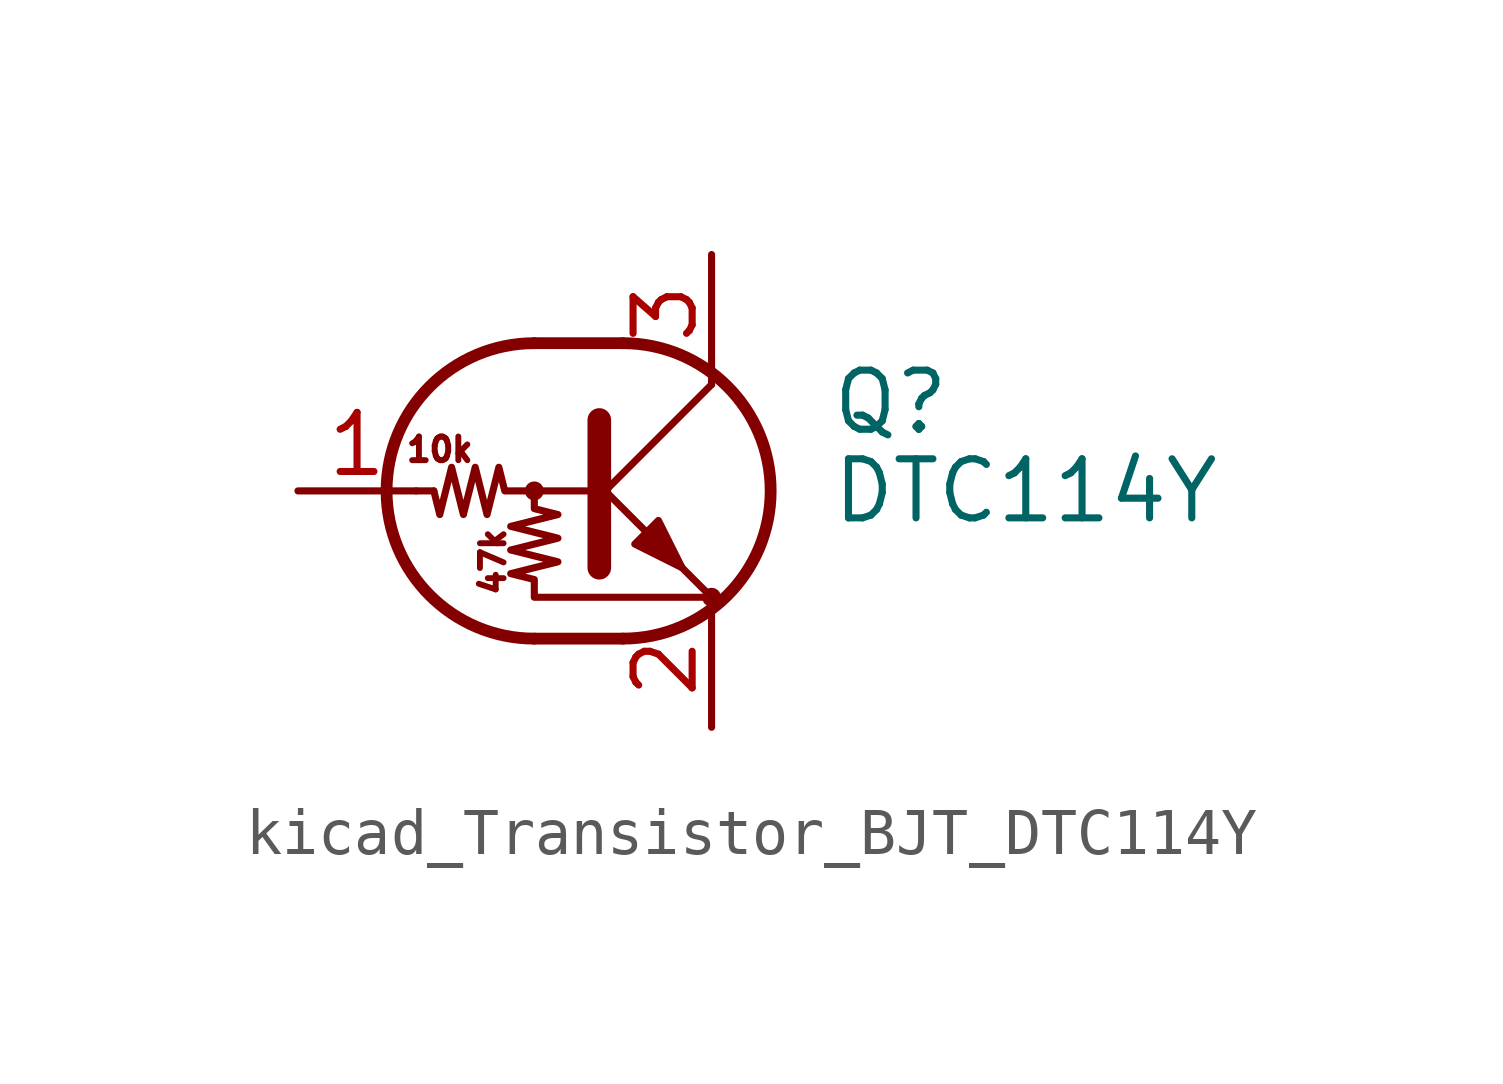
<source format=kicad_sym>
(kicad_symbol_lib
  (version 20220914)
  (generator kicad_symbol_editor)
  (symbol "kicad_Transistor_BJT_DTC114Y"
    (pin_names
      (offset 0) hide)
    (property "Reference" "Q"
      (at 5.08 1.905 0)
      (effects (font (size 1.27 1.27)) (justify left)))
    (property "Value" "DTC114Y"
      (at 5.08 0 0)
      (effects (font (size 1.27 1.27)) (justify left)))
    (symbol "kicad_Transistor_BJT_DTC114Y_0_0"
      (text "10k" (at -3.302 0.889 0) (effects (font (size 0.508 0.508))))
      (text "47k" (at -2.159 -1.524 900) (effects (font (size 0.508 0.508)))))
    (symbol "kicad_Transistor_BJT_DTC114Y_0_1"
      (circle (center -1.27 0) (radius 0.127) (stroke (width 0) (type default)) (fill (type none)))
      (arc (start -1.27 3.175) (mid -4.4312 0) (end -1.27 -3.175) (stroke (width 0.254) (type default)) (fill (type none)))
      (polyline (pts (xy -3.429 0) (xy -3.81 0)) (stroke (width 0) (type default)) (fill (type none)))
      (polyline (pts (xy -1.27 -3.175) (xy 0.635 -3.175)) (stroke (width 0.254) (type default)) (fill (type none)))
      (polyline (pts (xy -1.27 3.175) (xy 0.635 3.175)) (stroke (width 0.254) (type default)) (fill (type none)))
      (polyline (pts (xy 0 -0.254) (xy 2.54 2.286)) (stroke (width 0) (type default)) (fill (type none)))
      (polyline (pts (xy 0.127 1.524) (xy 0.127 -1.651)) (stroke (width 0.508) (type default)) (fill (type outline)))
      (polyline (pts (xy 2.54 2.286) (xy 2.54 2.54)) (stroke (width 0) (type default)) (fill (type none)))
      (polyline (pts (xy 2.54 -2.286) (xy 0 0.254) (xy 0 0.254)) (stroke (width 0) (type default)) (fill (type none)))
      (polyline (pts (xy 0.889 -1.143) (xy 1.397 -0.635) (xy 1.905 -1.651) (xy 0.889 -1.143)) (stroke (width 0) (type default)) (fill (type outline)))
      (polyline (pts (xy 0 0) (xy -1.905 0) (xy -2.032 0.508) (xy -2.286 -0.508) (xy -2.54 0.508) (xy -2.794 -0.508) (xy -3.048 0.508) (xy -3.302 -0.508) (xy -3.429 0)) (stroke (width 0) (type default)) (fill (type none)))
      (polyline (pts (xy -1.27 0) (xy -1.27 -0.381) (xy -0.762 -0.508) (xy -1.778 -0.762) (xy -0.762 -1.016) (xy -1.778 -1.27) (xy -0.762 -1.524) (xy -1.778 -1.778) (xy -1.27 -1.905) (xy -1.27 -2.286) (xy 2.54 -2.286)) (stroke (width 0) (type default)) (fill (type none)))
      (arc (start 0.635 -3.175) (mid 3.7962 0) (end 0.635 3.175) (stroke (width 0.254) (type default)) (fill (type none)))
      (circle (center 2.54 -2.286) (radius 0.127) (stroke (width 0) (type default)) (fill (type none))))
    (symbol "kicad_Transistor_BJT_DTC114Y_1_1"
      (pin input line (at -6.35 0 0) (length 2.54) (name "B" (effects (font (size 1.27 1.27)))) (number "1" (effects (font (size 1.27 1.27)))))
      (pin passive line (at 2.54 -5.08 90) (length 2.54) (name "E" (effects (font (size 1.27 1.27)))) (number "2" (effects (font (size 1.27 1.27)))))
      (pin passive line (at 2.54 5.08 270) (length 2.54) (name "C" (effects (font (size 1.27 1.27)))) (number "3" (effects (font (size 1.27 1.27))))))))
</source>
